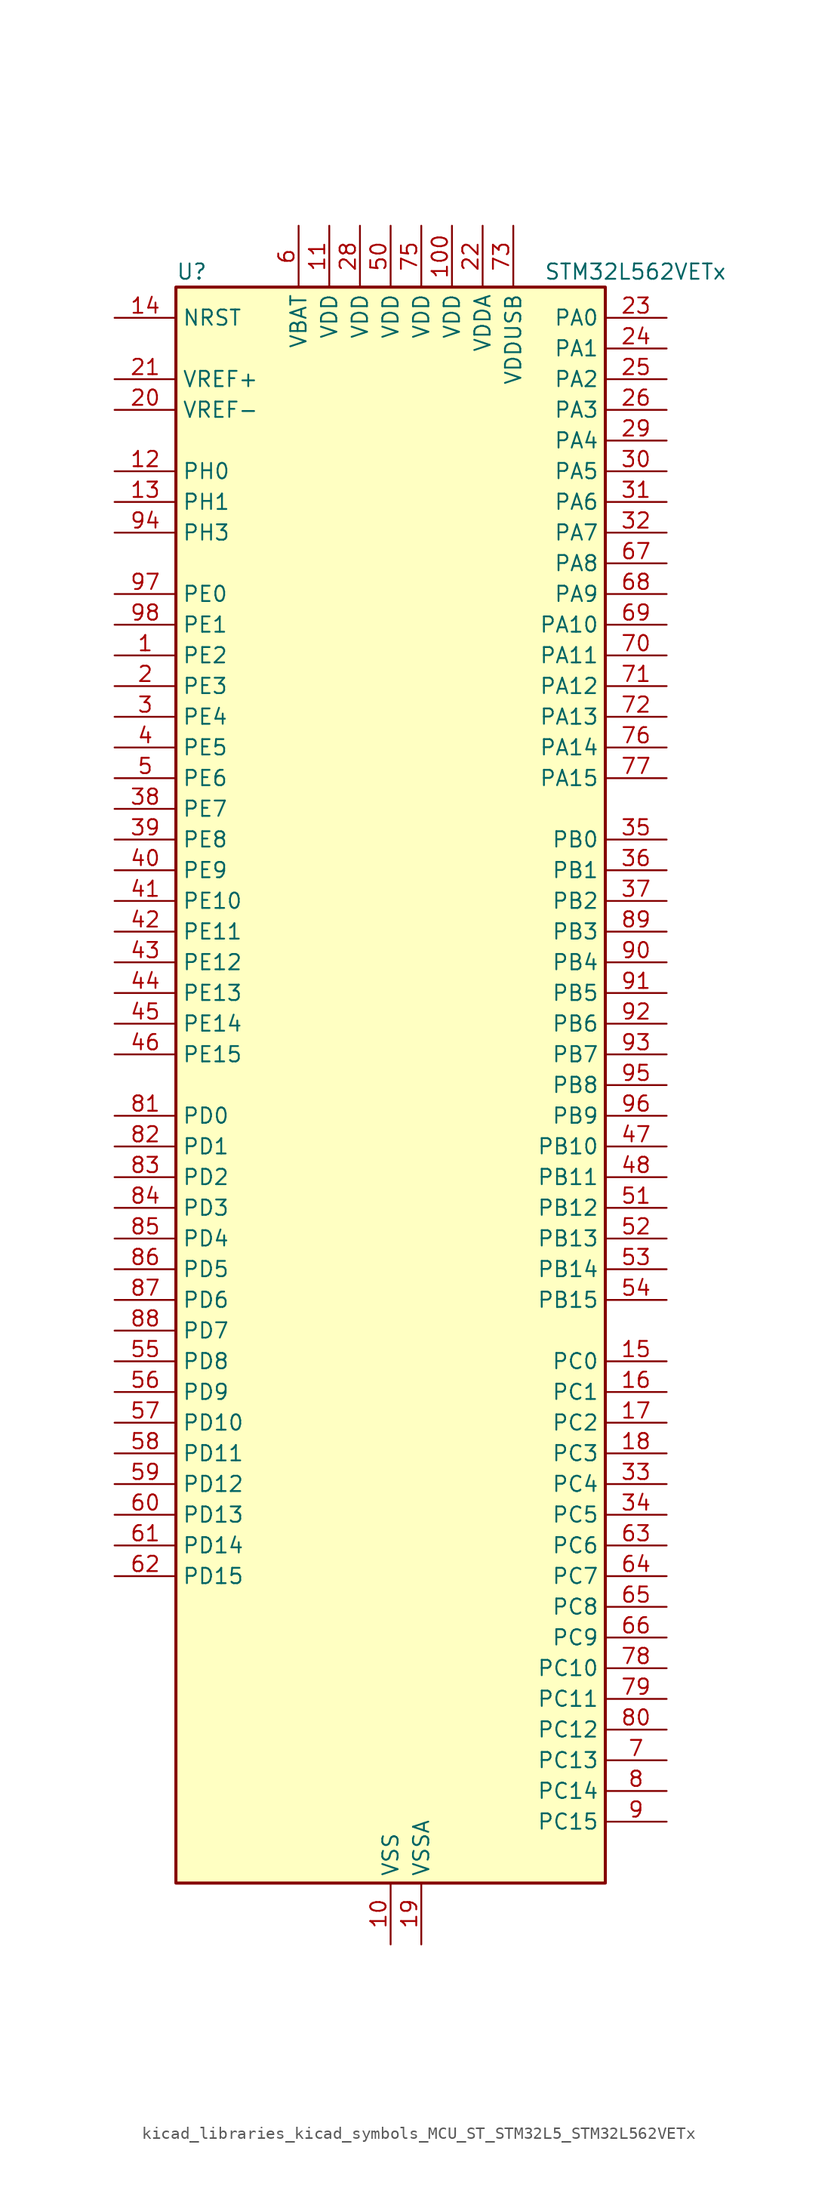
<source format=kicad_sym>
(kicad_symbol_lib
  (version 20220914)
  (generator kicad_symbol_editor)
  (symbol "kicad_libraries_kicad_symbols_MCU_ST_STM32L5_STM32L562VETx"
    (property "Reference" "U"
      (at -17.78 67.31 0)
      (effects (font (size 1.27 1.27)) (justify left)))
    (property "Value" "STM32L562VETx"
      (at 12.7 67.31 0)
      (effects (font (size 1.27 1.27)) (justify left)))
    (property "ki_locked" ""
      (at 0 0 0)
      (effects (font (size 1.27 1.27))))
    (symbol "kicad_libraries_kicad_symbols_MCU_ST_STM32L5_STM32L562VETx_0_1"
      (rectangle (start -17.78 -66.04) (end 17.78 66.04) (stroke (width 0.254) (type default)) (fill (type background))))
    (symbol "kicad_libraries_kicad_symbols_MCU_ST_STM32L5_STM32L562VETx_1_1"
      (pin bidirectional line (at -22.86 35.56 0) (length 5.08) (name "PE2" (effects (font (size 1.27 1.27)))) (number "1" (effects (font (size 1.27 1.27)))) (alternate "DEBUG_TRACECLK" bidirectional line) (alternate "FMC_A23" bidirectional line) (alternate "SAI1_CK1" bidirectional line) (alternate "SAI1_MCLK_A" bidirectional line) (alternate "TIM3_ETR" bidirectional line) (alternate "TSC_G7_IO1" bidirectional line))
      (pin power_in line (at 0 -71.12 90) (length 5.08) (name "VSS" (effects (font (size 1.27 1.27)))) (number "10" (effects (font (size 1.27 1.27)))))
      (pin power_in line (at 5.08 71.12 270) (length 5.08) (name "VDD" (effects (font (size 1.27 1.27)))) (number "100" (effects (font (size 1.27 1.27)))))
      (pin power_in line (at -5.08 71.12 270) (length 5.08) (name "VDD" (effects (font (size 1.27 1.27)))) (number "11" (effects (font (size 1.27 1.27)))))
      (pin bidirectional line (at -22.86 50.8 0) (length 5.08) (name "PH0" (effects (font (size 1.27 1.27)))) (number "12" (effects (font (size 1.27 1.27)))) (alternate "RCC_OSC_IN" bidirectional line))
      (pin bidirectional line (at -22.86 48.26 0) (length 5.08) (name "PH1" (effects (font (size 1.27 1.27)))) (number "13" (effects (font (size 1.27 1.27)))) (alternate "RCC_OSC_OUT" bidirectional line))
      (pin input line (at -22.86 63.5 0) (length 5.08) (name "NRST" (effects (font (size 1.27 1.27)))) (number "14" (effects (font (size 1.27 1.27)))))
      (pin bidirectional line (at 22.86 -22.86 180) (length 5.08) (name "PC0" (effects (font (size 1.27 1.27)))) (number "15" (effects (font (size 1.27 1.27)))) (alternate "ADC1_IN1" bidirectional line) (alternate "ADC2_IN1" bidirectional line) (alternate "I2C3_SCL" bidirectional line) (alternate "LPTIM1_IN1" bidirectional line) (alternate "LPTIM2_IN1" bidirectional line) (alternate "LPUART1_RX" bidirectional line) (alternate "OCTOSPI1_IO7" bidirectional line) (alternate "SAI2_FS_A" bidirectional line) (alternate "SDMMC1_D5" bidirectional line))
      (pin bidirectional line (at 22.86 -25.4 180) (length 5.08) (name "PC1" (effects (font (size 1.27 1.27)))) (number "16" (effects (font (size 1.27 1.27)))) (alternate "ADC1_IN2" bidirectional line) (alternate "ADC2_IN2" bidirectional line) (alternate "DEBUG_TRACED0" bidirectional line) (alternate "I2C3_SDA" bidirectional line) (alternate "LPTIM1_OUT" bidirectional line) (alternate "LPUART1_TX" bidirectional line) (alternate "OCTOSPI1_IO4" bidirectional line) (alternate "SAI1_SD_A" bidirectional line) (alternate "SPI2_MOSI" bidirectional line))
      (pin bidirectional line (at 22.86 -27.94 180) (length 5.08) (name "PC2" (effects (font (size 1.27 1.27)))) (number "17" (effects (font (size 1.27 1.27)))) (alternate "ADC1_IN3" bidirectional line) (alternate "ADC2_IN3" bidirectional line) (alternate "DFSDM1_CKOUT" bidirectional line) (alternate "LPTIM1_IN2" bidirectional line) (alternate "OCTOSPI1_IO5" bidirectional line) (alternate "SPI2_MISO" bidirectional line))
      (pin bidirectional line (at 22.86 -30.48 180) (length 5.08) (name "PC3" (effects (font (size 1.27 1.27)))) (number "18" (effects (font (size 1.27 1.27)))) (alternate "ADC1_IN4" bidirectional line) (alternate "ADC2_IN4" bidirectional line) (alternate "LPTIM1_ETR" bidirectional line) (alternate "LPTIM2_ETR" bidirectional line) (alternate "LPTIM3_OUT" bidirectional line) (alternate "OCTOSPI1_IO6" bidirectional line) (alternate "SAI1_D1" bidirectional line) (alternate "SAI1_SD_A" bidirectional line) (alternate "SPI2_MOSI" bidirectional line))
      (pin power_in line (at 2.54 -71.12 90) (length 5.08) (name "VSSA" (effects (font (size 1.27 1.27)))) (number "19" (effects (font (size 1.27 1.27)))))
      (pin bidirectional line (at -22.86 33.02 0) (length 5.08) (name "PE3" (effects (font (size 1.27 1.27)))) (number "2" (effects (font (size 1.27 1.27)))) (alternate "DEBUG_TRACED0" bidirectional line) (alternate "FMC_A19" bidirectional line) (alternate "OCTOSPI1_DQS" bidirectional line) (alternate "SAI1_SD_B" bidirectional line) (alternate "TIM3_CH1" bidirectional line) (alternate "TSC_G7_IO2" bidirectional line))
      (pin input line (at -22.86 55.88 0) (length 5.08) (name "VREF-" (effects (font (size 1.27 1.27)))) (number "20" (effects (font (size 1.27 1.27)))))
      (pin input line (at -22.86 58.42 0) (length 5.08) (name "VREF+" (effects (font (size 1.27 1.27)))) (number "21" (effects (font (size 1.27 1.27)))))
      (pin power_in line (at 7.62 71.12 270) (length 5.08) (name "VDDA" (effects (font (size 1.27 1.27)))) (number "22" (effects (font (size 1.27 1.27)))))
      (pin bidirectional line (at 22.86 63.5 180) (length 5.08) (name "PA0" (effects (font (size 1.27 1.27)))) (number "23" (effects (font (size 1.27 1.27)))) (alternate "ADC1_IN5" bidirectional line) (alternate "ADC2_IN5" bidirectional line) (alternate "OPAMP1_VINP" bidirectional line) (alternate "PWR_WKUP1" bidirectional line) (alternate "SAI1_EXTCLK" bidirectional line) (alternate "TAMP_IN2" bidirectional line) (alternate "TAMP_OUT1" bidirectional line) (alternate "TIM2_CH1" bidirectional line) (alternate "TIM2_ETR" bidirectional line) (alternate "TIM5_CH1" bidirectional line) (alternate "TIM8_ETR" bidirectional line) (alternate "UART4_TX" bidirectional line) (alternate "USART2_CTS" bidirectional line) (alternate "USART2_NSS" bidirectional line))
      (pin bidirectional line (at 22.86 60.96 180) (length 5.08) (name "PA1" (effects (font (size 1.27 1.27)))) (number "24" (effects (font (size 1.27 1.27)))) (alternate "ADC1_IN6" bidirectional line) (alternate "ADC2_IN6" bidirectional line) (alternate "I2C1_SMBA" bidirectional line) (alternate "OCTOSPI1_DQS" bidirectional line) (alternate "OPAMP1_VINM" bidirectional line) (alternate "SPI1_SCK" bidirectional line) (alternate "TAMP_IN5" bidirectional line) (alternate "TAMP_OUT4" bidirectional line) (alternate "TIM15_CH1N" bidirectional line) (alternate "TIM2_CH2" bidirectional line) (alternate "TIM5_CH2" bidirectional line) (alternate "UART4_RX" bidirectional line) (alternate "USART2_DE" bidirectional line) (alternate "USART2_RTS" bidirectional line))
      (pin bidirectional line (at 22.86 58.42 180) (length 5.08) (name "PA2" (effects (font (size 1.27 1.27)))) (number "25" (effects (font (size 1.27 1.27)))) (alternate "ADC1_IN7" bidirectional line) (alternate "ADC2_IN7" bidirectional line) (alternate "COMP1_INP" bidirectional line) (alternate "LPUART1_TX" bidirectional line) (alternate "OCTOSPI1_NCS" bidirectional line) (alternate "PWR_WKUP4" bidirectional line) (alternate "RCC_LSCO" bidirectional line) (alternate "SAI2_EXTCLK" bidirectional line) (alternate "TIM15_CH1" bidirectional line) (alternate "TIM2_CH3" bidirectional line) (alternate "TIM5_CH3" bidirectional line) (alternate "UCPD1_FRSTX1" bidirectional line) (alternate "USART2_TX" bidirectional line))
      (pin bidirectional line (at 22.86 55.88 180) (length 5.08) (name "PA3" (effects (font (size 1.27 1.27)))) (number "26" (effects (font (size 1.27 1.27)))) (alternate "ADC1_IN8" bidirectional line) (alternate "ADC2_IN8" bidirectional line) (alternate "LPUART1_RX" bidirectional line) (alternate "OCTOSPI1_CLK" bidirectional line) (alternate "OPAMP1_VOUT" bidirectional line) (alternate "SAI1_CK1" bidirectional line) (alternate "SAI1_MCLK_A" bidirectional line) (alternate "TIM15_CH2" bidirectional line) (alternate "TIM2_CH4" bidirectional line) (alternate "TIM5_CH4" bidirectional line) (alternate "USART2_RX" bidirectional line))
      (pin passive line (at 0 -71.12 90) (length 5.08) hide (name "VSS" (effects (font (size 1.27 1.27)))) (number "27" (effects (font (size 1.27 1.27)))))
      (pin power_in line (at -2.54 71.12 270) (length 5.08) (name "VDD" (effects (font (size 1.27 1.27)))) (number "28" (effects (font (size 1.27 1.27)))))
      (pin bidirectional line (at 22.86 53.34 180) (length 5.08) (name "PA4" (effects (font (size 1.27 1.27)))) (number "29" (effects (font (size 1.27 1.27)))) (alternate "ADC1_IN9" bidirectional line) (alternate "ADC2_IN9" bidirectional line) (alternate "DAC1_OUT1" bidirectional line) (alternate "LPTIM2_OUT" bidirectional line) (alternate "OCTOSPI1_NCS" bidirectional line) (alternate "SAI1_FS_B" bidirectional line) (alternate "SPI1_NSS" bidirectional line) (alternate "SPI3_NSS" bidirectional line) (alternate "USART2_CK" bidirectional line))
      (pin bidirectional line (at -22.86 30.48 0) (length 5.08) (name "PE4" (effects (font (size 1.27 1.27)))) (number "3" (effects (font (size 1.27 1.27)))) (alternate "DEBUG_TRACED1" bidirectional line) (alternate "DFSDM1_DATIN3" bidirectional line) (alternate "FMC_A20" bidirectional line) (alternate "SAI1_D2" bidirectional line) (alternate "SAI1_FS_A" bidirectional line) (alternate "TIM3_CH2" bidirectional line) (alternate "TSC_G7_IO3" bidirectional line))
      (pin bidirectional line (at 22.86 50.8 180) (length 5.08) (name "PA5" (effects (font (size 1.27 1.27)))) (number "30" (effects (font (size 1.27 1.27)))) (alternate "ADC1_IN10" bidirectional line) (alternate "ADC2_IN10" bidirectional line) (alternate "DAC1_OUT2" bidirectional line) (alternate "LPTIM2_ETR" bidirectional line) (alternate "SPI1_SCK" bidirectional line) (alternate "TIM2_CH1" bidirectional line) (alternate "TIM2_ETR" bidirectional line) (alternate "TIM8_CH1N" bidirectional line))
      (pin bidirectional line (at 22.86 48.26 180) (length 5.08) (name "PA6" (effects (font (size 1.27 1.27)))) (number "31" (effects (font (size 1.27 1.27)))) (alternate "ADC1_IN11" bidirectional line) (alternate "ADC2_IN11" bidirectional line) (alternate "LPUART1_CTS" bidirectional line) (alternate "OCTOSPI1_IO3" bidirectional line) (alternate "OPAMP2_VINP" bidirectional line) (alternate "SPI1_MISO" bidirectional line) (alternate "TIM16_CH1" bidirectional line) (alternate "TIM1_BKIN" bidirectional line) (alternate "TIM3_CH1" bidirectional line) (alternate "TIM8_BKIN" bidirectional line) (alternate "USART3_CTS" bidirectional line) (alternate "USART3_NSS" bidirectional line))
      (pin bidirectional line (at 22.86 45.72 180) (length 5.08) (name "PA7" (effects (font (size 1.27 1.27)))) (number "32" (effects (font (size 1.27 1.27)))) (alternate "ADC1_IN12" bidirectional line) (alternate "ADC2_IN12" bidirectional line) (alternate "I2C3_SCL" bidirectional line) (alternate "OCTOSPI1_IO2" bidirectional line) (alternate "OPAMP2_VINM" bidirectional line) (alternate "SPI1_MOSI" bidirectional line) (alternate "TIM17_CH1" bidirectional line) (alternate "TIM1_CH1N" bidirectional line) (alternate "TIM3_CH2" bidirectional line) (alternate "TIM8_CH1N" bidirectional line))
      (pin bidirectional line (at 22.86 -33.02 180) (length 5.08) (name "PC4" (effects (font (size 1.27 1.27)))) (number "33" (effects (font (size 1.27 1.27)))) (alternate "ADC1_IN13" bidirectional line) (alternate "ADC2_IN13" bidirectional line) (alternate "COMP1_INM" bidirectional line) (alternate "OCTOSPI1_IO7" bidirectional line) (alternate "USART3_TX" bidirectional line))
      (pin bidirectional line (at 22.86 -35.56 180) (length 5.08) (name "PC5" (effects (font (size 1.27 1.27)))) (number "34" (effects (font (size 1.27 1.27)))) (alternate "ADC1_IN14" bidirectional line) (alternate "ADC2_IN14" bidirectional line) (alternate "COMP1_INP" bidirectional line) (alternate "PWR_WKUP5" bidirectional line) (alternate "SAI1_D3" bidirectional line) (alternate "TAMP_IN4" bidirectional line) (alternate "TAMP_OUT5" bidirectional line) (alternate "USART3_RX" bidirectional line))
      (pin bidirectional line (at 22.86 20.32 180) (length 5.08) (name "PB0" (effects (font (size 1.27 1.27)))) (number "35" (effects (font (size 1.27 1.27)))) (alternate "ADC1_IN15" bidirectional line) (alternate "ADC2_IN15" bidirectional line) (alternate "COMP1_OUT" bidirectional line) (alternate "OCTOSPI1_IO1" bidirectional line) (alternate "OPAMP2_VOUT" bidirectional line) (alternate "SAI1_EXTCLK" bidirectional line) (alternate "SPI1_NSS" bidirectional line) (alternate "TIM1_CH2N" bidirectional line) (alternate "TIM3_CH3" bidirectional line) (alternate "TIM8_CH2N" bidirectional line) (alternate "USART3_CK" bidirectional line))
      (pin bidirectional line (at 22.86 17.78 180) (length 5.08) (name "PB1" (effects (font (size 1.27 1.27)))) (number "36" (effects (font (size 1.27 1.27)))) (alternate "ADC1_IN16" bidirectional line) (alternate "ADC2_IN16" bidirectional line) (alternate "COMP1_INM" bidirectional line) (alternate "DFSDM1_DATIN0" bidirectional line) (alternate "LPTIM2_IN1" bidirectional line) (alternate "LPUART1_DE" bidirectional line) (alternate "LPUART1_RTS" bidirectional line) (alternate "OCTOSPI1_IO0" bidirectional line) (alternate "TIM1_CH3N" bidirectional line) (alternate "TIM3_CH4" bidirectional line) (alternate "TIM8_CH3N" bidirectional line) (alternate "USART3_DE" bidirectional line) (alternate "USART3_RTS" bidirectional line))
      (pin bidirectional line (at 22.86 15.24 180) (length 5.08) (name "PB2" (effects (font (size 1.27 1.27)))) (number "37" (effects (font (size 1.27 1.27)))) (alternate "COMP1_INP" bidirectional line) (alternate "DFSDM1_CKIN0" bidirectional line) (alternate "I2C3_SMBA" bidirectional line) (alternate "LPTIM1_OUT" bidirectional line) (alternate "OCTOSPI1_DQS" bidirectional line) (alternate "RTC_OUT2" bidirectional line) (alternate "UCPD1_FRSTX1" bidirectional line))
      (pin bidirectional line (at -22.86 22.86 0) (length 5.08) (name "PE7" (effects (font (size 1.27 1.27)))) (number "38" (effects (font (size 1.27 1.27)))) (alternate "DFSDM1_DATIN2" bidirectional line) (alternate "FMC_D4" bidirectional line) (alternate "FMC_DA4" bidirectional line) (alternate "SAI1_SD_B" bidirectional line) (alternate "TIM1_ETR" bidirectional line))
      (pin bidirectional line (at -22.86 20.32 0) (length 5.08) (name "PE8" (effects (font (size 1.27 1.27)))) (number "39" (effects (font (size 1.27 1.27)))) (alternate "DFSDM1_CKIN2" bidirectional line) (alternate "FMC_D5" bidirectional line) (alternate "FMC_DA5" bidirectional line) (alternate "SAI1_SCK_B" bidirectional line) (alternate "TIM1_CH1N" bidirectional line))
      (pin bidirectional line (at -22.86 27.94 0) (length 5.08) (name "PE5" (effects (font (size 1.27 1.27)))) (number "4" (effects (font (size 1.27 1.27)))) (alternate "DEBUG_TRACED2" bidirectional line) (alternate "DFSDM1_CKIN3" bidirectional line) (alternate "FMC_A21" bidirectional line) (alternate "SAI1_CK2" bidirectional line) (alternate "SAI1_SCK_A" bidirectional line) (alternate "TIM3_CH3" bidirectional line) (alternate "TSC_G7_IO4" bidirectional line))
      (pin bidirectional line (at -22.86 17.78 0) (length 5.08) (name "PE9" (effects (font (size 1.27 1.27)))) (number "40" (effects (font (size 1.27 1.27)))) (alternate "DAC1_EXTI9" bidirectional line) (alternate "DFSDM1_CKOUT" bidirectional line) (alternate "FMC_D6" bidirectional line) (alternate "FMC_DA6" bidirectional line) (alternate "OCTOSPI1_NCLK" bidirectional line) (alternate "SAI1_FS_B" bidirectional line) (alternate "TIM1_CH1" bidirectional line))
      (pin bidirectional line (at -22.86 15.24 0) (length 5.08) (name "PE10" (effects (font (size 1.27 1.27)))) (number "41" (effects (font (size 1.27 1.27)))) (alternate "FMC_D7" bidirectional line) (alternate "FMC_DA7" bidirectional line) (alternate "OCTOSPI1_CLK" bidirectional line) (alternate "SAI1_MCLK_B" bidirectional line) (alternate "TIM1_CH2N" bidirectional line) (alternate "TSC_G5_IO1" bidirectional line))
      (pin bidirectional line (at -22.86 12.7 0) (length 5.08) (name "PE11" (effects (font (size 1.27 1.27)))) (number "42" (effects (font (size 1.27 1.27)))) (alternate "ADC1_EXTI11" bidirectional line) (alternate "ADC2_EXTI11" bidirectional line) (alternate "FMC_D8" bidirectional line) (alternate "FMC_DA8" bidirectional line) (alternate "OCTOSPI1_NCS" bidirectional line) (alternate "TIM1_CH2" bidirectional line) (alternate "TSC_G5_IO2" bidirectional line))
      (pin bidirectional line (at -22.86 10.16 0) (length 5.08) (name "PE12" (effects (font (size 1.27 1.27)))) (number "43" (effects (font (size 1.27 1.27)))) (alternate "FMC_D9" bidirectional line) (alternate "FMC_DA9" bidirectional line) (alternate "OCTOSPI1_IO0" bidirectional line) (alternate "SPI1_NSS" bidirectional line) (alternate "TIM1_CH3N" bidirectional line) (alternate "TSC_G5_IO3" bidirectional line))
      (pin bidirectional line (at -22.86 7.62 0) (length 5.08) (name "PE13" (effects (font (size 1.27 1.27)))) (number "44" (effects (font (size 1.27 1.27)))) (alternate "FMC_D10" bidirectional line) (alternate "FMC_DA10" bidirectional line) (alternate "OCTOSPI1_IO1" bidirectional line) (alternate "SPI1_SCK" bidirectional line) (alternate "TIM1_CH3" bidirectional line) (alternate "TSC_G5_IO4" bidirectional line))
      (pin bidirectional line (at -22.86 5.08 0) (length 5.08) (name "PE14" (effects (font (size 1.27 1.27)))) (number "45" (effects (font (size 1.27 1.27)))) (alternate "FMC_D11" bidirectional line) (alternate "FMC_DA11" bidirectional line) (alternate "OCTOSPI1_IO2" bidirectional line) (alternate "SPI1_MISO" bidirectional line) (alternate "TIM1_BKIN2" bidirectional line) (alternate "TIM1_CH4" bidirectional line))
      (pin bidirectional line (at -22.86 2.54 0) (length 5.08) (name "PE15" (effects (font (size 1.27 1.27)))) (number "46" (effects (font (size 1.27 1.27)))) (alternate "ADC1_EXTI15" bidirectional line) (alternate "ADC2_EXTI15" bidirectional line) (alternate "FMC_D12" bidirectional line) (alternate "FMC_DA12" bidirectional line) (alternate "OCTOSPI1_IO3" bidirectional line) (alternate "SPI1_MOSI" bidirectional line) (alternate "TIM1_BKIN" bidirectional line))
      (pin bidirectional line (at 22.86 -5.08 180) (length 5.08) (name "PB10" (effects (font (size 1.27 1.27)))) (number "47" (effects (font (size 1.27 1.27)))) (alternate "COMP1_OUT" bidirectional line) (alternate "I2C2_SCL" bidirectional line) (alternate "I2C4_SCL" bidirectional line) (alternate "LPTIM3_OUT" bidirectional line) (alternate "LPUART1_RX" bidirectional line) (alternate "OCTOSPI1_CLK" bidirectional line) (alternate "SAI1_SCK_A" bidirectional line) (alternate "SPI2_SCK" bidirectional line) (alternate "TIM2_CH3" bidirectional line) (alternate "TSC_SYNC" bidirectional line) (alternate "USART3_TX" bidirectional line))
      (pin bidirectional line (at 22.86 -7.62 180) (length 5.08) (name "PB11" (effects (font (size 1.27 1.27)))) (number "48" (effects (font (size 1.27 1.27)))) (alternate "ADC1_EXTI11" bidirectional line) (alternate "ADC2_EXTI11" bidirectional line) (alternate "COMP2_OUT" bidirectional line) (alternate "I2C2_SDA" bidirectional line) (alternate "I2C4_SDA" bidirectional line) (alternate "LPUART1_TX" bidirectional line) (alternate "OCTOSPI1_NCS" bidirectional line) (alternate "TIM2_CH4" bidirectional line) (alternate "USART3_RX" bidirectional line))
      (pin passive line (at 0 -71.12 90) (length 5.08) hide (name "VSS" (effects (font (size 1.27 1.27)))) (number "49" (effects (font (size 1.27 1.27)))))
      (pin bidirectional line (at -22.86 25.4 0) (length 5.08) (name "PE6" (effects (font (size 1.27 1.27)))) (number "5" (effects (font (size 1.27 1.27)))) (alternate "DEBUG_TRACED3" bidirectional line) (alternate "FMC_A22" bidirectional line) (alternate "PWR_WKUP3" bidirectional line) (alternate "SAI1_D1" bidirectional line) (alternate "SAI1_SD_A" bidirectional line) (alternate "TAMP_IN3" bidirectional line) (alternate "TAMP_OUT6" bidirectional line) (alternate "TIM3_CH4" bidirectional line))
      (pin power_in line (at 0 71.12 270) (length 5.08) (name "VDD" (effects (font (size 1.27 1.27)))) (number "50" (effects (font (size 1.27 1.27)))))
      (pin bidirectional line (at 22.86 -10.16 180) (length 5.08) (name "PB12" (effects (font (size 1.27 1.27)))) (number "51" (effects (font (size 1.27 1.27)))) (alternate "DFSDM1_DATIN1" bidirectional line) (alternate "I2C2_SMBA" bidirectional line) (alternate "LPUART1_DE" bidirectional line) (alternate "LPUART1_RTS" bidirectional line) (alternate "OCTOSPI1_NCLK" bidirectional line) (alternate "SAI2_FS_A" bidirectional line) (alternate "SPI2_NSS" bidirectional line) (alternate "TIM15_BKIN" bidirectional line) (alternate "TIM1_BKIN" bidirectional line) (alternate "TSC_G1_IO1" bidirectional line) (alternate "USART3_CK" bidirectional line))
      (pin bidirectional line (at 22.86 -12.7 180) (length 5.08) (name "PB13" (effects (font (size 1.27 1.27)))) (number "52" (effects (font (size 1.27 1.27)))) (alternate "DFSDM1_CKIN1" bidirectional line) (alternate "I2C2_SCL" bidirectional line) (alternate "LPTIM3_IN1" bidirectional line) (alternate "LPUART1_CTS" bidirectional line) (alternate "SAI2_SCK_A" bidirectional line) (alternate "SPI2_SCK" bidirectional line) (alternate "TIM15_CH1N" bidirectional line) (alternate "TIM1_CH1N" bidirectional line) (alternate "TSC_G1_IO2" bidirectional line) (alternate "UCPD1_FRSTX2" bidirectional line) (alternate "USART3_CTS" bidirectional line) (alternate "USART3_NSS" bidirectional line))
      (pin bidirectional line (at 22.86 -15.24 180) (length 5.08) (name "PB14" (effects (font (size 1.27 1.27)))) (number "53" (effects (font (size 1.27 1.27)))) (alternate "DFSDM1_DATIN2" bidirectional line) (alternate "I2C2_SDA" bidirectional line) (alternate "LPTIM3_ETR" bidirectional line) (alternate "SAI2_MCLK_A" bidirectional line) (alternate "SPI2_MISO" bidirectional line) (alternate "TIM15_CH1" bidirectional line) (alternate "TIM1_CH2N" bidirectional line) (alternate "TIM8_CH2N" bidirectional line) (alternate "TSC_G1_IO3" bidirectional line) (alternate "UCPD1_DBCC2" bidirectional line) (alternate "USART3_DE" bidirectional line) (alternate "USART3_RTS" bidirectional line))
      (pin bidirectional line (at 22.86 -17.78 180) (length 5.08) (name "PB15" (effects (font (size 1.27 1.27)))) (number "54" (effects (font (size 1.27 1.27)))) (alternate "ADC1_EXTI15" bidirectional line) (alternate "ADC2_EXTI15" bidirectional line) (alternate "DFSDM1_CKIN2" bidirectional line) (alternate "RTC_REFIN" bidirectional line) (alternate "SAI2_SD_A" bidirectional line) (alternate "SPI2_MOSI" bidirectional line) (alternate "TIM15_CH2" bidirectional line) (alternate "TIM1_CH3N" bidirectional line) (alternate "TIM8_CH3N" bidirectional line) (alternate "UCPD1_CC2" bidirectional line))
      (pin bidirectional line (at -22.86 -22.86 0) (length 5.08) (name "PD8" (effects (font (size 1.27 1.27)))) (number "55" (effects (font (size 1.27 1.27)))) (alternate "FMC_D13" bidirectional line) (alternate "FMC_DA13" bidirectional line) (alternate "USART3_TX" bidirectional line))
      (pin bidirectional line (at -22.86 -25.4 0) (length 5.08) (name "PD9" (effects (font (size 1.27 1.27)))) (number "56" (effects (font (size 1.27 1.27)))) (alternate "DAC1_EXTI9" bidirectional line) (alternate "FMC_D14" bidirectional line) (alternate "FMC_DA14" bidirectional line) (alternate "SAI2_MCLK_A" bidirectional line) (alternate "USART3_RX" bidirectional line))
      (pin bidirectional line (at -22.86 -27.94 0) (length 5.08) (name "PD10" (effects (font (size 1.27 1.27)))) (number "57" (effects (font (size 1.27 1.27)))) (alternate "FMC_D15" bidirectional line) (alternate "FMC_DA15" bidirectional line) (alternate "SAI2_SCK_A" bidirectional line) (alternate "TSC_G6_IO1" bidirectional line) (alternate "USART3_CK" bidirectional line))
      (pin bidirectional line (at -22.86 -30.48 0) (length 5.08) (name "PD11" (effects (font (size 1.27 1.27)))) (number "58" (effects (font (size 1.27 1.27)))) (alternate "ADC1_EXTI11" bidirectional line) (alternate "ADC2_EXTI11" bidirectional line) (alternate "FMC_A16" bidirectional line) (alternate "FMC_CLE" bidirectional line) (alternate "I2C4_SMBA" bidirectional line) (alternate "LPTIM2_ETR" bidirectional line) (alternate "SAI2_SD_A" bidirectional line) (alternate "TSC_G6_IO2" bidirectional line) (alternate "USART3_CTS" bidirectional line) (alternate "USART3_NSS" bidirectional line))
      (pin bidirectional line (at -22.86 -33.02 0) (length 5.08) (name "PD12" (effects (font (size 1.27 1.27)))) (number "59" (effects (font (size 1.27 1.27)))) (alternate "FMC_A17" bidirectional line) (alternate "FMC_ALE" bidirectional line) (alternate "I2C4_SCL" bidirectional line) (alternate "LPTIM2_IN1" bidirectional line) (alternate "SAI2_FS_A" bidirectional line) (alternate "TIM4_CH1" bidirectional line) (alternate "TSC_G6_IO3" bidirectional line) (alternate "USART3_DE" bidirectional line) (alternate "USART3_RTS" bidirectional line))
      (pin power_in line (at -7.62 71.12 270) (length 5.08) (name "VBAT" (effects (font (size 1.27 1.27)))) (number "6" (effects (font (size 1.27 1.27)))))
      (pin bidirectional line (at -22.86 -35.56 0) (length 5.08) (name "PD13" (effects (font (size 1.27 1.27)))) (number "60" (effects (font (size 1.27 1.27)))) (alternate "FMC_A18" bidirectional line) (alternate "I2C4_SDA" bidirectional line) (alternate "LPTIM2_OUT" bidirectional line) (alternate "TIM4_CH2" bidirectional line) (alternate "TSC_G6_IO4" bidirectional line))
      (pin bidirectional line (at -22.86 -38.1 0) (length 5.08) (name "PD14" (effects (font (size 1.27 1.27)))) (number "61" (effects (font (size 1.27 1.27)))) (alternate "FMC_D0" bidirectional line) (alternate "FMC_DA0" bidirectional line) (alternate "TIM4_CH3" bidirectional line))
      (pin bidirectional line (at -22.86 -40.64 0) (length 5.08) (name "PD15" (effects (font (size 1.27 1.27)))) (number "62" (effects (font (size 1.27 1.27)))) (alternate "ADC1_EXTI15" bidirectional line) (alternate "ADC2_EXTI15" bidirectional line) (alternate "FMC_D1" bidirectional line) (alternate "FMC_DA1" bidirectional line) (alternate "TIM4_CH4" bidirectional line))
      (pin bidirectional line (at 22.86 -38.1 180) (length 5.08) (name "PC6" (effects (font (size 1.27 1.27)))) (number "63" (effects (font (size 1.27 1.27)))) (alternate "DFSDM1_CKIN3" bidirectional line) (alternate "SAI2_MCLK_A" bidirectional line) (alternate "SDMMC1_D0DIR" bidirectional line) (alternate "SDMMC1_D6" bidirectional line) (alternate "TIM3_CH1" bidirectional line) (alternate "TIM8_CH1" bidirectional line) (alternate "TSC_G4_IO1" bidirectional line))
      (pin bidirectional line (at 22.86 -40.64 180) (length 5.08) (name "PC7" (effects (font (size 1.27 1.27)))) (number "64" (effects (font (size 1.27 1.27)))) (alternate "DFSDM1_DATIN3" bidirectional line) (alternate "SAI2_MCLK_B" bidirectional line) (alternate "SDMMC1_D123DIR" bidirectional line) (alternate "SDMMC1_D7" bidirectional line) (alternate "TIM3_CH2" bidirectional line) (alternate "TIM8_CH2" bidirectional line) (alternate "TSC_G4_IO2" bidirectional line))
      (pin bidirectional line (at 22.86 -43.18 180) (length 5.08) (name "PC8" (effects (font (size 1.27 1.27)))) (number "65" (effects (font (size 1.27 1.27)))) (alternate "SDMMC1_D0" bidirectional line) (alternate "TIM3_CH3" bidirectional line) (alternate "TIM8_CH3" bidirectional line) (alternate "TSC_G4_IO3" bidirectional line))
      (pin bidirectional line (at 22.86 -45.72 180) (length 5.08) (name "PC9" (effects (font (size 1.27 1.27)))) (number "66" (effects (font (size 1.27 1.27)))) (alternate "DAC1_EXTI9" bidirectional line) (alternate "DEBUG_TRACED0" bidirectional line) (alternate "SAI2_EXTCLK" bidirectional line) (alternate "SDMMC1_D1" bidirectional line) (alternate "TIM3_CH4" bidirectional line) (alternate "TIM8_BKIN2" bidirectional line) (alternate "TIM8_CH4" bidirectional line) (alternate "TSC_G4_IO4" bidirectional line) (alternate "USB_NOE" bidirectional line))
      (pin bidirectional line (at 22.86 43.18 180) (length 5.08) (name "PA8" (effects (font (size 1.27 1.27)))) (number "67" (effects (font (size 1.27 1.27)))) (alternate "LPTIM2_OUT" bidirectional line) (alternate "RCC_MCO" bidirectional line) (alternate "SAI1_CK2" bidirectional line) (alternate "SAI1_SCK_A" bidirectional line) (alternate "TIM1_CH1" bidirectional line) (alternate "USART1_CK" bidirectional line))
      (pin bidirectional line (at 22.86 40.64 180) (length 5.08) (name "PA9" (effects (font (size 1.27 1.27)))) (number "68" (effects (font (size 1.27 1.27)))) (alternate "DAC1_EXTI9" bidirectional line) (alternate "SAI1_FS_A" bidirectional line) (alternate "SPI2_SCK" bidirectional line) (alternate "TIM15_BKIN" bidirectional line) (alternate "TIM1_CH2" bidirectional line) (alternate "USART1_TX" bidirectional line))
      (pin bidirectional line (at 22.86 38.1 180) (length 5.08) (name "PA10" (effects (font (size 1.27 1.27)))) (number "69" (effects (font (size 1.27 1.27)))) (alternate "CRS_SYNC" bidirectional line) (alternate "SAI1_D1" bidirectional line) (alternate "SAI1_SD_A" bidirectional line) (alternate "TIM17_BKIN" bidirectional line) (alternate "TIM1_CH3" bidirectional line) (alternate "USART1_RX" bidirectional line))
      (pin bidirectional line (at 22.86 -55.88 180) (length 5.08) (name "PC13" (effects (font (size 1.27 1.27)))) (number "7" (effects (font (size 1.27 1.27)))) (alternate "PWR_WKUP2" bidirectional line) (alternate "RTC_OUT1" bidirectional line) (alternate "RTC_TS" bidirectional line) (alternate "TAMP_IN1" bidirectional line) (alternate "TAMP_OUT2" bidirectional line))
      (pin bidirectional line (at 22.86 35.56 180) (length 5.08) (name "PA11" (effects (font (size 1.27 1.27)))) (number "70" (effects (font (size 1.27 1.27)))) (alternate "ADC1_EXTI11" bidirectional line) (alternate "ADC2_EXTI11" bidirectional line) (alternate "FDCAN1_RX" bidirectional line) (alternate "SPI1_MISO" bidirectional line) (alternate "TIM1_BKIN2" bidirectional line) (alternate "TIM1_CH4" bidirectional line) (alternate "USART1_CTS" bidirectional line) (alternate "USART1_NSS" bidirectional line) (alternate "USB_DM" bidirectional line))
      (pin bidirectional line (at 22.86 33.02 180) (length 5.08) (name "PA12" (effects (font (size 1.27 1.27)))) (number "71" (effects (font (size 1.27 1.27)))) (alternate "FDCAN1_TX" bidirectional line) (alternate "SPI1_MOSI" bidirectional line) (alternate "TIM1_ETR" bidirectional line) (alternate "USART1_DE" bidirectional line) (alternate "USART1_RTS" bidirectional line) (alternate "USB_DP" bidirectional line))
      (pin bidirectional line (at 22.86 30.48 180) (length 5.08) (name "PA13" (effects (font (size 1.27 1.27)))) (number "72" (effects (font (size 1.27 1.27)))) (alternate "DEBUG_JTMS-SWDIO" bidirectional line) (alternate "IR_OUT" bidirectional line) (alternate "SAI1_SD_B" bidirectional line) (alternate "USB_NOE" bidirectional line))
      (pin power_in line (at 10.16 71.12 270) (length 5.08) (name "VDDUSB" (effects (font (size 1.27 1.27)))) (number "73" (effects (font (size 1.27 1.27)))))
      (pin passive line (at 0 -71.12 90) (length 5.08) hide (name "VSS" (effects (font (size 1.27 1.27)))) (number "74" (effects (font (size 1.27 1.27)))))
      (pin power_in line (at 2.54 71.12 270) (length 5.08) (name "VDD" (effects (font (size 1.27 1.27)))) (number "75" (effects (font (size 1.27 1.27)))))
      (pin bidirectional line (at 22.86 27.94 180) (length 5.08) (name "PA14" (effects (font (size 1.27 1.27)))) (number "76" (effects (font (size 1.27 1.27)))) (alternate "DEBUG_JTCK-SWCLK" bidirectional line) (alternate "I2C1_SMBA" bidirectional line) (alternate "I2C4_SMBA" bidirectional line) (alternate "LPTIM1_OUT" bidirectional line) (alternate "SAI1_FS_B" bidirectional line))
      (pin bidirectional line (at 22.86 25.4 180) (length 5.08) (name "PA15" (effects (font (size 1.27 1.27)))) (number "77" (effects (font (size 1.27 1.27)))) (alternate "ADC1_EXTI15" bidirectional line) (alternate "ADC2_EXTI15" bidirectional line) (alternate "DEBUG_JTDI" bidirectional line) (alternate "SAI2_FS_B" bidirectional line) (alternate "SPI1_NSS" bidirectional line) (alternate "SPI3_NSS" bidirectional line) (alternate "TIM2_CH1" bidirectional line) (alternate "TIM2_ETR" bidirectional line) (alternate "UART4_DE" bidirectional line) (alternate "UART4_RTS" bidirectional line) (alternate "UCPD1_CC1" bidirectional line) (alternate "USART2_RX" bidirectional line) (alternate "USART3_DE" bidirectional line) (alternate "USART3_RTS" bidirectional line))
      (pin bidirectional line (at 22.86 -48.26 180) (length 5.08) (name "PC10" (effects (font (size 1.27 1.27)))) (number "78" (effects (font (size 1.27 1.27)))) (alternate "DEBUG_TRACED1" bidirectional line) (alternate "LPTIM3_ETR" bidirectional line) (alternate "SAI2_SCK_B" bidirectional line) (alternate "SDMMC1_D2" bidirectional line) (alternate "SPI3_SCK" bidirectional line) (alternate "TSC_G3_IO2" bidirectional line) (alternate "UART4_TX" bidirectional line) (alternate "USART3_TX" bidirectional line))
      (pin bidirectional line (at 22.86 -50.8 180) (length 5.08) (name "PC11" (effects (font (size 1.27 1.27)))) (number "79" (effects (font (size 1.27 1.27)))) (alternate "ADC1_EXTI11" bidirectional line) (alternate "ADC2_EXTI11" bidirectional line) (alternate "LPTIM3_IN1" bidirectional line) (alternate "OCTOSPI1_NCS" bidirectional line) (alternate "SAI2_MCLK_B" bidirectional line) (alternate "SDMMC1_D3" bidirectional line) (alternate "SPI3_MISO" bidirectional line) (alternate "TSC_G3_IO3" bidirectional line) (alternate "UART4_RX" bidirectional line) (alternate "UCPD1_FRSTX2" bidirectional line) (alternate "USART3_RX" bidirectional line))
      (pin bidirectional line (at 22.86 -58.42 180) (length 5.08) (name "PC14" (effects (font (size 1.27 1.27)))) (number "8" (effects (font (size 1.27 1.27)))) (alternate "RCC_OSC32_IN" bidirectional line))
      (pin bidirectional line (at 22.86 -53.34 180) (length 5.08) (name "PC12" (effects (font (size 1.27 1.27)))) (number "80" (effects (font (size 1.27 1.27)))) (alternate "DEBUG_TRACED3" bidirectional line) (alternate "SAI2_SD_B" bidirectional line) (alternate "SDMMC1_CK" bidirectional line) (alternate "SPI3_MOSI" bidirectional line) (alternate "TSC_G3_IO4" bidirectional line) (alternate "UART5_TX" bidirectional line) (alternate "USART3_CK" bidirectional line))
      (pin bidirectional line (at -22.86 -2.54 0) (length 5.08) (name "PD0" (effects (font (size 1.27 1.27)))) (number "81" (effects (font (size 1.27 1.27)))) (alternate "FDCAN1_RX" bidirectional line) (alternate "FMC_D2" bidirectional line) (alternate "FMC_DA2" bidirectional line) (alternate "SPI2_NSS" bidirectional line))
      (pin bidirectional line (at -22.86 -5.08 0) (length 5.08) (name "PD1" (effects (font (size 1.27 1.27)))) (number "82" (effects (font (size 1.27 1.27)))) (alternate "FDCAN1_TX" bidirectional line) (alternate "FMC_D3" bidirectional line) (alternate "FMC_DA3" bidirectional line) (alternate "SPI2_SCK" bidirectional line))
      (pin bidirectional line (at -22.86 -7.62 0) (length 5.08) (name "PD2" (effects (font (size 1.27 1.27)))) (number "83" (effects (font (size 1.27 1.27)))) (alternate "DEBUG_TRACED2" bidirectional line) (alternate "SDMMC1_CMD" bidirectional line) (alternate "TIM3_ETR" bidirectional line) (alternate "TSC_SYNC" bidirectional line) (alternate "UART5_RX" bidirectional line) (alternate "USART3_DE" bidirectional line) (alternate "USART3_RTS" bidirectional line))
      (pin bidirectional line (at -22.86 -10.16 0) (length 5.08) (name "PD3" (effects (font (size 1.27 1.27)))) (number "84" (effects (font (size 1.27 1.27)))) (alternate "DFSDM1_DATIN0" bidirectional line) (alternate "FMC_CLK" bidirectional line) (alternate "SPI2_MISO" bidirectional line) (alternate "SPI2_SCK" bidirectional line) (alternate "USART2_CTS" bidirectional line) (alternate "USART2_NSS" bidirectional line))
      (pin bidirectional line (at -22.86 -12.7 0) (length 5.08) (name "PD4" (effects (font (size 1.27 1.27)))) (number "85" (effects (font (size 1.27 1.27)))) (alternate "DFSDM1_CKIN0" bidirectional line) (alternate "FMC_NOE" bidirectional line) (alternate "OCTOSPI1_IO4" bidirectional line) (alternate "SPI2_MOSI" bidirectional line) (alternate "USART2_DE" bidirectional line) (alternate "USART2_RTS" bidirectional line))
      (pin bidirectional line (at -22.86 -15.24 0) (length 5.08) (name "PD5" (effects (font (size 1.27 1.27)))) (number "86" (effects (font (size 1.27 1.27)))) (alternate "FMC_NWE" bidirectional line) (alternate "OCTOSPI1_IO5" bidirectional line) (alternate "USART2_TX" bidirectional line))
      (pin bidirectional line (at -22.86 -17.78 0) (length 5.08) (name "PD6" (effects (font (size 1.27 1.27)))) (number "87" (effects (font (size 1.27 1.27)))) (alternate "DFSDM1_DATIN1" bidirectional line) (alternate "FMC_NWAIT" bidirectional line) (alternate "OCTOSPI1_IO6" bidirectional line) (alternate "SAI1_D1" bidirectional line) (alternate "SAI1_SD_A" bidirectional line) (alternate "SPI3_MOSI" bidirectional line) (alternate "USART2_RX" bidirectional line))
      (pin bidirectional line (at -22.86 -20.32 0) (length 5.08) (name "PD7" (effects (font (size 1.27 1.27)))) (number "88" (effects (font (size 1.27 1.27)))) (alternate "DFSDM1_CKIN1" bidirectional line) (alternate "FMC_NCE" bidirectional line) (alternate "FMC_NE1" bidirectional line) (alternate "OCTOSPI1_IO7" bidirectional line) (alternate "USART2_CK" bidirectional line))
      (pin bidirectional line (at 22.86 12.7 180) (length 5.08) (name "PB3" (effects (font (size 1.27 1.27)))) (number "89" (effects (font (size 1.27 1.27)))) (alternate "COMP2_INM" bidirectional line) (alternate "CRS_SYNC" bidirectional line) (alternate "DEBUG_JTDO-SWO" bidirectional line) (alternate "SAI1_SCK_B" bidirectional line) (alternate "SPI1_SCK" bidirectional line) (alternate "SPI3_SCK" bidirectional line) (alternate "TIM2_CH2" bidirectional line) (alternate "USART1_DE" bidirectional line) (alternate "USART1_RTS" bidirectional line))
      (pin bidirectional line (at 22.86 -60.96 180) (length 5.08) (name "PC15" (effects (font (size 1.27 1.27)))) (number "9" (effects (font (size 1.27 1.27)))) (alternate "ADC1_EXTI15" bidirectional line) (alternate "ADC2_EXTI15" bidirectional line) (alternate "RCC_OSC32_OUT" bidirectional line))
      (pin bidirectional line (at 22.86 10.16 180) (length 5.08) (name "PB4" (effects (font (size 1.27 1.27)))) (number "90" (effects (font (size 1.27 1.27)))) (alternate "COMP2_INP" bidirectional line) (alternate "DEBUG_JTRST" bidirectional line) (alternate "I2C3_SDA" bidirectional line) (alternate "SAI1_MCLK_B" bidirectional line) (alternate "SPI1_MISO" bidirectional line) (alternate "SPI3_MISO" bidirectional line) (alternate "TIM17_BKIN" bidirectional line) (alternate "TIM3_CH1" bidirectional line) (alternate "TSC_G2_IO1" bidirectional line) (alternate "UART5_DE" bidirectional line) (alternate "UART5_RTS" bidirectional line) (alternate "USART1_CTS" bidirectional line) (alternate "USART1_NSS" bidirectional line))
      (pin bidirectional line (at 22.86 7.62 180) (length 5.08) (name "PB5" (effects (font (size 1.27 1.27)))) (number "91" (effects (font (size 1.27 1.27)))) (alternate "COMP2_OUT" bidirectional line) (alternate "I2C1_SMBA" bidirectional line) (alternate "LPTIM1_IN1" bidirectional line) (alternate "OCTOSPI1_NCLK" bidirectional line) (alternate "SAI1_SD_B" bidirectional line) (alternate "SPI1_MOSI" bidirectional line) (alternate "SPI3_MOSI" bidirectional line) (alternate "TIM16_BKIN" bidirectional line) (alternate "TIM3_CH2" bidirectional line) (alternate "TSC_G2_IO2" bidirectional line) (alternate "UART5_CTS" bidirectional line) (alternate "UCPD1_DBCC1" bidirectional line) (alternate "USART1_CK" bidirectional line))
      (pin bidirectional line (at 22.86 5.08 180) (length 5.08) (name "PB6" (effects (font (size 1.27 1.27)))) (number "92" (effects (font (size 1.27 1.27)))) (alternate "COMP2_INP" bidirectional line) (alternate "I2C1_SCL" bidirectional line) (alternate "I2C4_SCL" bidirectional line) (alternate "LPTIM1_ETR" bidirectional line) (alternate "SAI1_FS_B" bidirectional line) (alternate "TIM16_CH1N" bidirectional line) (alternate "TIM4_CH1" bidirectional line) (alternate "TIM8_BKIN2" bidirectional line) (alternate "TSC_G2_IO3" bidirectional line) (alternate "USART1_TX" bidirectional line))
      (pin bidirectional line (at 22.86 2.54 180) (length 5.08) (name "PB7" (effects (font (size 1.27 1.27)))) (number "93" (effects (font (size 1.27 1.27)))) (alternate "COMP2_INM" bidirectional line) (alternate "FMC_NL" bidirectional line) (alternate "I2C1_SDA" bidirectional line) (alternate "I2C4_SDA" bidirectional line) (alternate "LPTIM1_IN2" bidirectional line) (alternate "PWR_PVD_IN" bidirectional line) (alternate "TIM17_CH1N" bidirectional line) (alternate "TIM4_CH2" bidirectional line) (alternate "TIM8_BKIN" bidirectional line) (alternate "TSC_G2_IO4" bidirectional line) (alternate "UART4_CTS" bidirectional line) (alternate "USART1_RX" bidirectional line))
      (pin bidirectional line (at -22.86 45.72 0) (length 5.08) (name "PH3" (effects (font (size 1.27 1.27)))) (number "94" (effects (font (size 1.27 1.27)))))
      (pin bidirectional line (at 22.86 0 180) (length 5.08) (name "PB8" (effects (font (size 1.27 1.27)))) (number "95" (effects (font (size 1.27 1.27)))) (alternate "DFSDM1_CKOUT" bidirectional line) (alternate "FDCAN1_RX" bidirectional line) (alternate "I2C1_SCL" bidirectional line) (alternate "SAI1_CK1" bidirectional line) (alternate "SAI1_MCLK_A" bidirectional line) (alternate "SDMMC1_CKIN" bidirectional line) (alternate "SDMMC1_D4" bidirectional line) (alternate "TIM16_CH1" bidirectional line) (alternate "TIM4_CH3" bidirectional line))
      (pin bidirectional line (at 22.86 -2.54 180) (length 5.08) (name "PB9" (effects (font (size 1.27 1.27)))) (number "96" (effects (font (size 1.27 1.27)))) (alternate "DAC1_EXTI9" bidirectional line) (alternate "FDCAN1_TX" bidirectional line) (alternate "I2C1_SDA" bidirectional line) (alternate "IR_OUT" bidirectional line) (alternate "SAI1_D2" bidirectional line) (alternate "SAI1_FS_A" bidirectional line) (alternate "SDMMC1_CDIR" bidirectional line) (alternate "SDMMC1_D5" bidirectional line) (alternate "SPI2_NSS" bidirectional line) (alternate "TIM17_CH1" bidirectional line) (alternate "TIM4_CH4" bidirectional line))
      (pin bidirectional line (at -22.86 40.64 0) (length 5.08) (name "PE0" (effects (font (size 1.27 1.27)))) (number "97" (effects (font (size 1.27 1.27)))) (alternate "FMC_NBL0" bidirectional line) (alternate "TIM16_CH1" bidirectional line) (alternate "TIM4_ETR" bidirectional line))
      (pin bidirectional line (at -22.86 38.1 0) (length 5.08) (name "PE1" (effects (font (size 1.27 1.27)))) (number "98" (effects (font (size 1.27 1.27)))) (alternate "FMC_NBL1" bidirectional line) (alternate "TIM17_CH1" bidirectional line))
      (pin passive line (at 0 -71.12 90) (length 5.08) hide (name "VSS" (effects (font (size 1.27 1.27)))) (number "99" (effects (font (size 1.27 1.27))))))))
</source>
